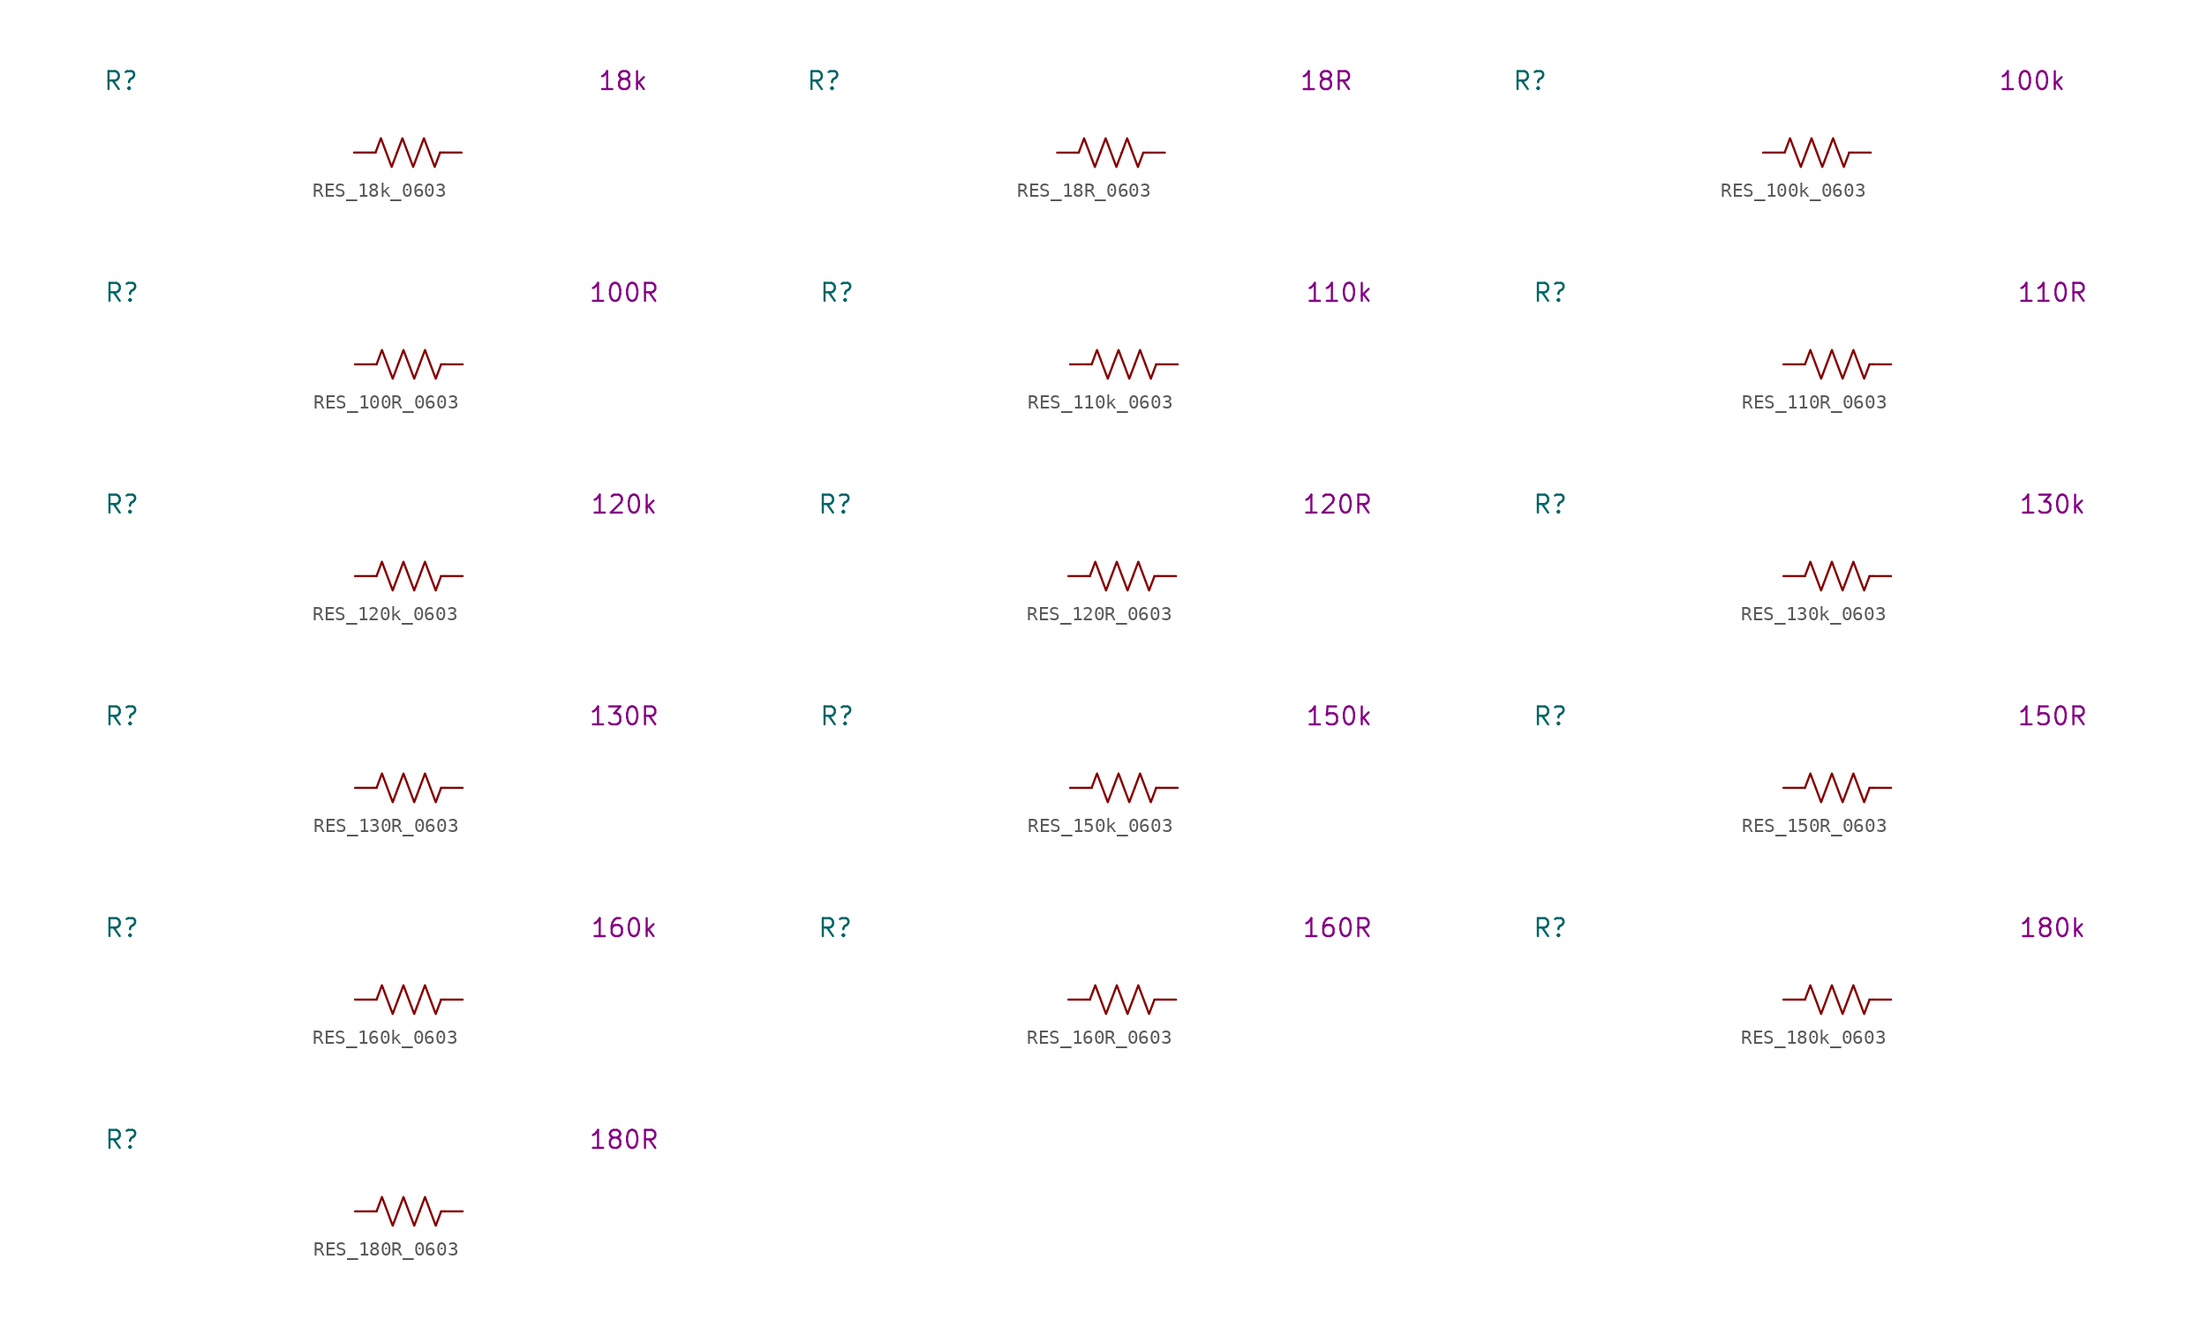
<source format=kicad_sym>
(kicad_symbol_lib
  (version 20231120)
  (generator "kicad_symbol_editor")
  (generator_version "8.0")
  (symbol "RES_18k_0603"
    (pin_numbers hide)
    (property "Reference" "R"
      (at -20.32 5.08 0)
      (effects (font (size 1.27 1.27))))
    (property "Display Value" "18k"
      (at 15.24 5.08 0)
      (effects (font (size 1.27 1.27))))
    (symbol "RES_18k_0603_0_1"
      (polyline (pts (xy -2.286 0) (xy -2.54 0)) (stroke (width 0) (type default)) (fill (type none)))
      (polyline (pts (xy 2.286 0) (xy 2.54 0)) (stroke (width 0) (type default)) (fill (type none)))
      (polyline (pts (xy -2.286 0) (xy -1.905 1.016) (xy -1.524 0) (xy -1.143 -1.016) (xy -0.762 0)) (stroke (width 0) (type default)) (fill (type none)))
      (polyline (pts (xy -0.762 0) (xy -0.381 1.016) (xy 0 0) (xy 0.381 -1.016) (xy 0.762 0)) (stroke (width 0) (type default)) (fill (type none)))
      (polyline (pts (xy 0.762 0) (xy 1.143 1.016) (xy 1.524 0) (xy 1.905 -1.016) (xy 2.286 0)) (stroke (width 0) (type default)) (fill (type none))))
    (symbol "RES_18k_0603_1_1"
      (pin passive line (at -3.81 0 0) (length 1.27) (name "~" (effects (font (size 1.27 1.27)))) (number "1" (effects (font (size 1.27 1.27)))))
      (pin passive line (at 3.81 0 180) (length 1.27) (name "~" (effects (font (size 1.27 1.27)))) (number "2" (effects (font (size 1.27 1.27)))))))
  (symbol "RES_18R_0603"
    (pin_numbers hide)
    (property "Reference" "R"
      (at -20.32 5.08 0)
      (effects (font (size 1.27 1.27))))
    (property "Display Value" "18R"
      (at 15.24 5.08 0)
      (effects (font (size 1.27 1.27))))
    (symbol "RES_18R_0603_0_1"
      (polyline (pts (xy -2.286 0) (xy -2.54 0)) (stroke (width 0) (type default)) (fill (type none)))
      (polyline (pts (xy 2.286 0) (xy 2.54 0)) (stroke (width 0) (type default)) (fill (type none)))
      (polyline (pts (xy -2.286 0) (xy -1.905 1.016) (xy -1.524 0) (xy -1.143 -1.016) (xy -0.762 0)) (stroke (width 0) (type default)) (fill (type none)))
      (polyline (pts (xy -0.762 0) (xy -0.381 1.016) (xy 0 0) (xy 0.381 -1.016) (xy 0.762 0)) (stroke (width 0) (type default)) (fill (type none)))
      (polyline (pts (xy 0.762 0) (xy 1.143 1.016) (xy 1.524 0) (xy 1.905 -1.016) (xy 2.286 0)) (stroke (width 0) (type default)) (fill (type none))))
    (symbol "RES_18R_0603_1_1"
      (pin passive line (at -3.81 0 0) (length 1.27) (name "~" (effects (font (size 1.27 1.27)))) (number "1" (effects (font (size 1.27 1.27)))))
      (pin passive line (at 3.81 0 180) (length 1.27) (name "~" (effects (font (size 1.27 1.27)))) (number "2" (effects (font (size 1.27 1.27)))))))
  (symbol "RES_100k_0603"
    (pin_numbers hide)
    (property "Reference" "R"
      (at -20.32 5.08 0)
      (effects (font (size 1.27 1.27))))
    (property "Display Value" "100k"
      (at 15.24 5.08 0)
      (effects (font (size 1.27 1.27))))
    (symbol "RES_100k_0603_0_1"
      (polyline (pts (xy -2.286 0) (xy -2.54 0)) (stroke (width 0) (type default)) (fill (type none)))
      (polyline (pts (xy 2.286 0) (xy 2.54 0)) (stroke (width 0) (type default)) (fill (type none)))
      (polyline (pts (xy -2.286 0) (xy -1.905 1.016) (xy -1.524 0) (xy -1.143 -1.016) (xy -0.762 0)) (stroke (width 0) (type default)) (fill (type none)))
      (polyline (pts (xy -0.762 0) (xy -0.381 1.016) (xy 0 0) (xy 0.381 -1.016) (xy 0.762 0)) (stroke (width 0) (type default)) (fill (type none)))
      (polyline (pts (xy 0.762 0) (xy 1.143 1.016) (xy 1.524 0) (xy 1.905 -1.016) (xy 2.286 0)) (stroke (width 0) (type default)) (fill (type none))))
    (symbol "RES_100k_0603_1_1"
      (pin passive line (at -3.81 0 0) (length 1.27) (name "~" (effects (font (size 1.27 1.27)))) (number "1" (effects (font (size 1.27 1.27)))))
      (pin passive line (at 3.81 0 180) (length 1.27) (name "~" (effects (font (size 1.27 1.27)))) (number "2" (effects (font (size 1.27 1.27)))))))
  (symbol "RES_100R_0603"
    (pin_numbers hide)
    (property "Reference" "R"
      (at -20.32 5.08 0)
      (effects (font (size 1.27 1.27))))
    (property "Display Value" "100R"
      (at 15.24 5.08 0)
      (effects (font (size 1.27 1.27))))
    (symbol "RES_100R_0603_0_1"
      (polyline (pts (xy -2.286 0) (xy -2.54 0)) (stroke (width 0) (type default)) (fill (type none)))
      (polyline (pts (xy 2.286 0) (xy 2.54 0)) (stroke (width 0) (type default)) (fill (type none)))
      (polyline (pts (xy -2.286 0) (xy -1.905 1.016) (xy -1.524 0) (xy -1.143 -1.016) (xy -0.762 0)) (stroke (width 0) (type default)) (fill (type none)))
      (polyline (pts (xy -0.762 0) (xy -0.381 1.016) (xy 0 0) (xy 0.381 -1.016) (xy 0.762 0)) (stroke (width 0) (type default)) (fill (type none)))
      (polyline (pts (xy 0.762 0) (xy 1.143 1.016) (xy 1.524 0) (xy 1.905 -1.016) (xy 2.286 0)) (stroke (width 0) (type default)) (fill (type none))))
    (symbol "RES_100R_0603_1_1"
      (pin passive line (at -3.81 0 0) (length 1.27) (name "~" (effects (font (size 1.27 1.27)))) (number "1" (effects (font (size 1.27 1.27)))))
      (pin passive line (at 3.81 0 180) (length 1.27) (name "~" (effects (font (size 1.27 1.27)))) (number "2" (effects (font (size 1.27 1.27)))))))
  (symbol "RES_110k_0603"
    (pin_numbers hide)
    (property "Reference" "R"
      (at -20.32 5.08 0)
      (effects (font (size 1.27 1.27))))
    (property "Display Value" "110k"
      (at 15.24 5.08 0)
      (effects (font (size 1.27 1.27))))
    (symbol "RES_110k_0603_0_1"
      (polyline (pts (xy -2.286 0) (xy -2.54 0)) (stroke (width 0) (type default)) (fill (type none)))
      (polyline (pts (xy 2.286 0) (xy 2.54 0)) (stroke (width 0) (type default)) (fill (type none)))
      (polyline (pts (xy -2.286 0) (xy -1.905 1.016) (xy -1.524 0) (xy -1.143 -1.016) (xy -0.762 0)) (stroke (width 0) (type default)) (fill (type none)))
      (polyline (pts (xy -0.762 0) (xy -0.381 1.016) (xy 0 0) (xy 0.381 -1.016) (xy 0.762 0)) (stroke (width 0) (type default)) (fill (type none)))
      (polyline (pts (xy 0.762 0) (xy 1.143 1.016) (xy 1.524 0) (xy 1.905 -1.016) (xy 2.286 0)) (stroke (width 0) (type default)) (fill (type none))))
    (symbol "RES_110k_0603_1_1"
      (pin passive line (at -3.81 0 0) (length 1.27) (name "~" (effects (font (size 1.27 1.27)))) (number "1" (effects (font (size 1.27 1.27)))))
      (pin passive line (at 3.81 0 180) (length 1.27) (name "~" (effects (font (size 1.27 1.27)))) (number "2" (effects (font (size 1.27 1.27)))))))
  (symbol "RES_110R_0603"
    (pin_numbers hide)
    (property "Reference" "R"
      (at -20.32 5.08 0)
      (effects (font (size 1.27 1.27))))
    (property "Display Value" "110R"
      (at 15.24 5.08 0)
      (effects (font (size 1.27 1.27))))
    (symbol "RES_110R_0603_0_1"
      (polyline (pts (xy -2.286 0) (xy -2.54 0)) (stroke (width 0) (type default)) (fill (type none)))
      (polyline (pts (xy 2.286 0) (xy 2.54 0)) (stroke (width 0) (type default)) (fill (type none)))
      (polyline (pts (xy -2.286 0) (xy -1.905 1.016) (xy -1.524 0) (xy -1.143 -1.016) (xy -0.762 0)) (stroke (width 0) (type default)) (fill (type none)))
      (polyline (pts (xy -0.762 0) (xy -0.381 1.016) (xy 0 0) (xy 0.381 -1.016) (xy 0.762 0)) (stroke (width 0) (type default)) (fill (type none)))
      (polyline (pts (xy 0.762 0) (xy 1.143 1.016) (xy 1.524 0) (xy 1.905 -1.016) (xy 2.286 0)) (stroke (width 0) (type default)) (fill (type none))))
    (symbol "RES_110R_0603_1_1"
      (pin passive line (at -3.81 0 0) (length 1.27) (name "~" (effects (font (size 1.27 1.27)))) (number "1" (effects (font (size 1.27 1.27)))))
      (pin passive line (at 3.81 0 180) (length 1.27) (name "~" (effects (font (size 1.27 1.27)))) (number "2" (effects (font (size 1.27 1.27)))))))
  (symbol "RES_120k_0603"
    (pin_numbers hide)
    (property "Reference" "R"
      (at -20.32 5.08 0)
      (effects (font (size 1.27 1.27))))
    (property "Display Value" "120k"
      (at 15.24 5.08 0)
      (effects (font (size 1.27 1.27))))
    (symbol "RES_120k_0603_0_1"
      (polyline (pts (xy -2.286 0) (xy -2.54 0)) (stroke (width 0) (type default)) (fill (type none)))
      (polyline (pts (xy 2.286 0) (xy 2.54 0)) (stroke (width 0) (type default)) (fill (type none)))
      (polyline (pts (xy -2.286 0) (xy -1.905 1.016) (xy -1.524 0) (xy -1.143 -1.016) (xy -0.762 0)) (stroke (width 0) (type default)) (fill (type none)))
      (polyline (pts (xy -0.762 0) (xy -0.381 1.016) (xy 0 0) (xy 0.381 -1.016) (xy 0.762 0)) (stroke (width 0) (type default)) (fill (type none)))
      (polyline (pts (xy 0.762 0) (xy 1.143 1.016) (xy 1.524 0) (xy 1.905 -1.016) (xy 2.286 0)) (stroke (width 0) (type default)) (fill (type none))))
    (symbol "RES_120k_0603_1_1"
      (pin passive line (at -3.81 0 0) (length 1.27) (name "~" (effects (font (size 1.27 1.27)))) (number "1" (effects (font (size 1.27 1.27)))))
      (pin passive line (at 3.81 0 180) (length 1.27) (name "~" (effects (font (size 1.27 1.27)))) (number "2" (effects (font (size 1.27 1.27)))))))
  (symbol "RES_120R_0603"
    (pin_numbers hide)
    (property "Reference" "R"
      (at -20.32 5.08 0)
      (effects (font (size 1.27 1.27))))
    (property "Display Value" "120R"
      (at 15.24 5.08 0)
      (effects (font (size 1.27 1.27))))
    (symbol "RES_120R_0603_0_1"
      (polyline (pts (xy -2.286 0) (xy -2.54 0)) (stroke (width 0) (type default)) (fill (type none)))
      (polyline (pts (xy 2.286 0) (xy 2.54 0)) (stroke (width 0) (type default)) (fill (type none)))
      (polyline (pts (xy -2.286 0) (xy -1.905 1.016) (xy -1.524 0) (xy -1.143 -1.016) (xy -0.762 0)) (stroke (width 0) (type default)) (fill (type none)))
      (polyline (pts (xy -0.762 0) (xy -0.381 1.016) (xy 0 0) (xy 0.381 -1.016) (xy 0.762 0)) (stroke (width 0) (type default)) (fill (type none)))
      (polyline (pts (xy 0.762 0) (xy 1.143 1.016) (xy 1.524 0) (xy 1.905 -1.016) (xy 2.286 0)) (stroke (width 0) (type default)) (fill (type none))))
    (symbol "RES_120R_0603_1_1"
      (pin passive line (at -3.81 0 0) (length 1.27) (name "~" (effects (font (size 1.27 1.27)))) (number "1" (effects (font (size 1.27 1.27)))))
      (pin passive line (at 3.81 0 180) (length 1.27) (name "~" (effects (font (size 1.27 1.27)))) (number "2" (effects (font (size 1.27 1.27)))))))
  (symbol "RES_130k_0603"
    (pin_numbers hide)
    (property "Reference" "R"
      (at -20.32 5.08 0)
      (effects (font (size 1.27 1.27))))
    (property "Display Value" "130k"
      (at 15.24 5.08 0)
      (effects (font (size 1.27 1.27))))
    (symbol "RES_130k_0603_0_1"
      (polyline (pts (xy -2.286 0) (xy -2.54 0)) (stroke (width 0) (type default)) (fill (type none)))
      (polyline (pts (xy 2.286 0) (xy 2.54 0)) (stroke (width 0) (type default)) (fill (type none)))
      (polyline (pts (xy -2.286 0) (xy -1.905 1.016) (xy -1.524 0) (xy -1.143 -1.016) (xy -0.762 0)) (stroke (width 0) (type default)) (fill (type none)))
      (polyline (pts (xy -0.762 0) (xy -0.381 1.016) (xy 0 0) (xy 0.381 -1.016) (xy 0.762 0)) (stroke (width 0) (type default)) (fill (type none)))
      (polyline (pts (xy 0.762 0) (xy 1.143 1.016) (xy 1.524 0) (xy 1.905 -1.016) (xy 2.286 0)) (stroke (width 0) (type default)) (fill (type none))))
    (symbol "RES_130k_0603_1_1"
      (pin passive line (at -3.81 0 0) (length 1.27) (name "~" (effects (font (size 1.27 1.27)))) (number "1" (effects (font (size 1.27 1.27)))))
      (pin passive line (at 3.81 0 180) (length 1.27) (name "~" (effects (font (size 1.27 1.27)))) (number "2" (effects (font (size 1.27 1.27)))))))
  (symbol "RES_130R_0603"
    (pin_numbers hide)
    (property "Reference" "R"
      (at -20.32 5.08 0)
      (effects (font (size 1.27 1.27))))
    (property "Display Value" "130R"
      (at 15.24 5.08 0)
      (effects (font (size 1.27 1.27))))
    (symbol "RES_130R_0603_0_1"
      (polyline (pts (xy -2.286 0) (xy -2.54 0)) (stroke (width 0) (type default)) (fill (type none)))
      (polyline (pts (xy 2.286 0) (xy 2.54 0)) (stroke (width 0) (type default)) (fill (type none)))
      (polyline (pts (xy -2.286 0) (xy -1.905 1.016) (xy -1.524 0) (xy -1.143 -1.016) (xy -0.762 0)) (stroke (width 0) (type default)) (fill (type none)))
      (polyline (pts (xy -0.762 0) (xy -0.381 1.016) (xy 0 0) (xy 0.381 -1.016) (xy 0.762 0)) (stroke (width 0) (type default)) (fill (type none)))
      (polyline (pts (xy 0.762 0) (xy 1.143 1.016) (xy 1.524 0) (xy 1.905 -1.016) (xy 2.286 0)) (stroke (width 0) (type default)) (fill (type none))))
    (symbol "RES_130R_0603_1_1"
      (pin passive line (at -3.81 0 0) (length 1.27) (name "~" (effects (font (size 1.27 1.27)))) (number "1" (effects (font (size 1.27 1.27)))))
      (pin passive line (at 3.81 0 180) (length 1.27) (name "~" (effects (font (size 1.27 1.27)))) (number "2" (effects (font (size 1.27 1.27)))))))
  (symbol "RES_150k_0603"
    (pin_numbers hide)
    (property "Reference" "R"
      (at -20.32 5.08 0)
      (effects (font (size 1.27 1.27))))
    (property "Display Value" "150k"
      (at 15.24 5.08 0)
      (effects (font (size 1.27 1.27))))
    (symbol "RES_150k_0603_0_1"
      (polyline (pts (xy -2.286 0) (xy -2.54 0)) (stroke (width 0) (type default)) (fill (type none)))
      (polyline (pts (xy 2.286 0) (xy 2.54 0)) (stroke (width 0) (type default)) (fill (type none)))
      (polyline (pts (xy -2.286 0) (xy -1.905 1.016) (xy -1.524 0) (xy -1.143 -1.016) (xy -0.762 0)) (stroke (width 0) (type default)) (fill (type none)))
      (polyline (pts (xy -0.762 0) (xy -0.381 1.016) (xy 0 0) (xy 0.381 -1.016) (xy 0.762 0)) (stroke (width 0) (type default)) (fill (type none)))
      (polyline (pts (xy 0.762 0) (xy 1.143 1.016) (xy 1.524 0) (xy 1.905 -1.016) (xy 2.286 0)) (stroke (width 0) (type default)) (fill (type none))))
    (symbol "RES_150k_0603_1_1"
      (pin passive line (at -3.81 0 0) (length 1.27) (name "~" (effects (font (size 1.27 1.27)))) (number "1" (effects (font (size 1.27 1.27)))))
      (pin passive line (at 3.81 0 180) (length 1.27) (name "~" (effects (font (size 1.27 1.27)))) (number "2" (effects (font (size 1.27 1.27)))))))
  (symbol "RES_150R_0603"
    (pin_numbers hide)
    (property "Reference" "R"
      (at -20.32 5.08 0)
      (effects (font (size 1.27 1.27))))
    (property "Display Value" "150R"
      (at 15.24 5.08 0)
      (effects (font (size 1.27 1.27))))
    (symbol "RES_150R_0603_0_1"
      (polyline (pts (xy -2.286 0) (xy -2.54 0)) (stroke (width 0) (type default)) (fill (type none)))
      (polyline (pts (xy 2.286 0) (xy 2.54 0)) (stroke (width 0) (type default)) (fill (type none)))
      (polyline (pts (xy -2.286 0) (xy -1.905 1.016) (xy -1.524 0) (xy -1.143 -1.016) (xy -0.762 0)) (stroke (width 0) (type default)) (fill (type none)))
      (polyline (pts (xy -0.762 0) (xy -0.381 1.016) (xy 0 0) (xy 0.381 -1.016) (xy 0.762 0)) (stroke (width 0) (type default)) (fill (type none)))
      (polyline (pts (xy 0.762 0) (xy 1.143 1.016) (xy 1.524 0) (xy 1.905 -1.016) (xy 2.286 0)) (stroke (width 0) (type default)) (fill (type none))))
    (symbol "RES_150R_0603_1_1"
      (pin passive line (at -3.81 0 0) (length 1.27) (name "~" (effects (font (size 1.27 1.27)))) (number "1" (effects (font (size 1.27 1.27)))))
      (pin passive line (at 3.81 0 180) (length 1.27) (name "~" (effects (font (size 1.27 1.27)))) (number "2" (effects (font (size 1.27 1.27)))))))
  (symbol "RES_160k_0603"
    (pin_numbers hide)
    (property "Reference" "R"
      (at -20.32 5.08 0)
      (effects (font (size 1.27 1.27))))
    (property "Display Value" "160k"
      (at 15.24 5.08 0)
      (effects (font (size 1.27 1.27))))
    (symbol "RES_160k_0603_0_1"
      (polyline (pts (xy -2.286 0) (xy -2.54 0)) (stroke (width 0) (type default)) (fill (type none)))
      (polyline (pts (xy 2.286 0) (xy 2.54 0)) (stroke (width 0) (type default)) (fill (type none)))
      (polyline (pts (xy -2.286 0) (xy -1.905 1.016) (xy -1.524 0) (xy -1.143 -1.016) (xy -0.762 0)) (stroke (width 0) (type default)) (fill (type none)))
      (polyline (pts (xy -0.762 0) (xy -0.381 1.016) (xy 0 0) (xy 0.381 -1.016) (xy 0.762 0)) (stroke (width 0) (type default)) (fill (type none)))
      (polyline (pts (xy 0.762 0) (xy 1.143 1.016) (xy 1.524 0) (xy 1.905 -1.016) (xy 2.286 0)) (stroke (width 0) (type default)) (fill (type none))))
    (symbol "RES_160k_0603_1_1"
      (pin passive line (at -3.81 0 0) (length 1.27) (name "~" (effects (font (size 1.27 1.27)))) (number "1" (effects (font (size 1.27 1.27)))))
      (pin passive line (at 3.81 0 180) (length 1.27) (name "~" (effects (font (size 1.27 1.27)))) (number "2" (effects (font (size 1.27 1.27)))))))
  (symbol "RES_160R_0603"
    (pin_numbers hide)
    (property "Reference" "R"
      (at -20.32 5.08 0)
      (effects (font (size 1.27 1.27))))
    (property "Display Value" "160R"
      (at 15.24 5.08 0)
      (effects (font (size 1.27 1.27))))
    (symbol "RES_160R_0603_0_1"
      (polyline (pts (xy -2.286 0) (xy -2.54 0)) (stroke (width 0) (type default)) (fill (type none)))
      (polyline (pts (xy 2.286 0) (xy 2.54 0)) (stroke (width 0) (type default)) (fill (type none)))
      (polyline (pts (xy -2.286 0) (xy -1.905 1.016) (xy -1.524 0) (xy -1.143 -1.016) (xy -0.762 0)) (stroke (width 0) (type default)) (fill (type none)))
      (polyline (pts (xy -0.762 0) (xy -0.381 1.016) (xy 0 0) (xy 0.381 -1.016) (xy 0.762 0)) (stroke (width 0) (type default)) (fill (type none)))
      (polyline (pts (xy 0.762 0) (xy 1.143 1.016) (xy 1.524 0) (xy 1.905 -1.016) (xy 2.286 0)) (stroke (width 0) (type default)) (fill (type none))))
    (symbol "RES_160R_0603_1_1"
      (pin passive line (at -3.81 0 0) (length 1.27) (name "~" (effects (font (size 1.27 1.27)))) (number "1" (effects (font (size 1.27 1.27)))))
      (pin passive line (at 3.81 0 180) (length 1.27) (name "~" (effects (font (size 1.27 1.27)))) (number "2" (effects (font (size 1.27 1.27)))))))
  (symbol "RES_180k_0603"
    (pin_numbers hide)
    (property "Reference" "R"
      (at -20.32 5.08 0)
      (effects (font (size 1.27 1.27))))
    (property "Display Value" "180k"
      (at 15.24 5.08 0)
      (effects (font (size 1.27 1.27))))
    (symbol "RES_180k_0603_0_1"
      (polyline (pts (xy -2.286 0) (xy -2.54 0)) (stroke (width 0) (type default)) (fill (type none)))
      (polyline (pts (xy 2.286 0) (xy 2.54 0)) (stroke (width 0) (type default)) (fill (type none)))
      (polyline (pts (xy -2.286 0) (xy -1.905 1.016) (xy -1.524 0) (xy -1.143 -1.016) (xy -0.762 0)) (stroke (width 0) (type default)) (fill (type none)))
      (polyline (pts (xy -0.762 0) (xy -0.381 1.016) (xy 0 0) (xy 0.381 -1.016) (xy 0.762 0)) (stroke (width 0) (type default)) (fill (type none)))
      (polyline (pts (xy 0.762 0) (xy 1.143 1.016) (xy 1.524 0) (xy 1.905 -1.016) (xy 2.286 0)) (stroke (width 0) (type default)) (fill (type none))))
    (symbol "RES_180k_0603_1_1"
      (pin passive line (at -3.81 0 0) (length 1.27) (name "~" (effects (font (size 1.27 1.27)))) (number "1" (effects (font (size 1.27 1.27)))))
      (pin passive line (at 3.81 0 180) (length 1.27) (name "~" (effects (font (size 1.27 1.27)))) (number "2" (effects (font (size 1.27 1.27)))))))
  (symbol "RES_180R_0603"
    (pin_numbers hide)
    (property "Reference" "R"
      (at -20.32 5.08 0)
      (effects (font (size 1.27 1.27))))
    (property "Display Value" "180R"
      (at 15.24 5.08 0)
      (effects (font (size 1.27 1.27))))
    (symbol "RES_180R_0603_0_1"
      (polyline (pts (xy -2.286 0) (xy -2.54 0)) (stroke (width 0) (type default)) (fill (type none)))
      (polyline (pts (xy 2.286 0) (xy 2.54 0)) (stroke (width 0) (type default)) (fill (type none)))
      (polyline (pts (xy -2.286 0) (xy -1.905 1.016) (xy -1.524 0) (xy -1.143 -1.016) (xy -0.762 0)) (stroke (width 0) (type default)) (fill (type none)))
      (polyline (pts (xy -0.762 0) (xy -0.381 1.016) (xy 0 0) (xy 0.381 -1.016) (xy 0.762 0)) (stroke (width 0) (type default)) (fill (type none)))
      (polyline (pts (xy 0.762 0) (xy 1.143 1.016) (xy 1.524 0) (xy 1.905 -1.016) (xy 2.286 0)) (stroke (width 0) (type default)) (fill (type none))))
    (symbol "RES_180R_0603_1_1"
      (pin passive line (at -3.81 0 0) (length 1.27) (name "~" (effects (font (size 1.27 1.27)))) (number "1" (effects (font (size 1.27 1.27)))))
      (pin passive line (at 3.81 0 180) (length 1.27) (name "~" (effects (font (size 1.27 1.27)))) (number "2" (effects (font (size 1.27 1.27))))))))
</source>
